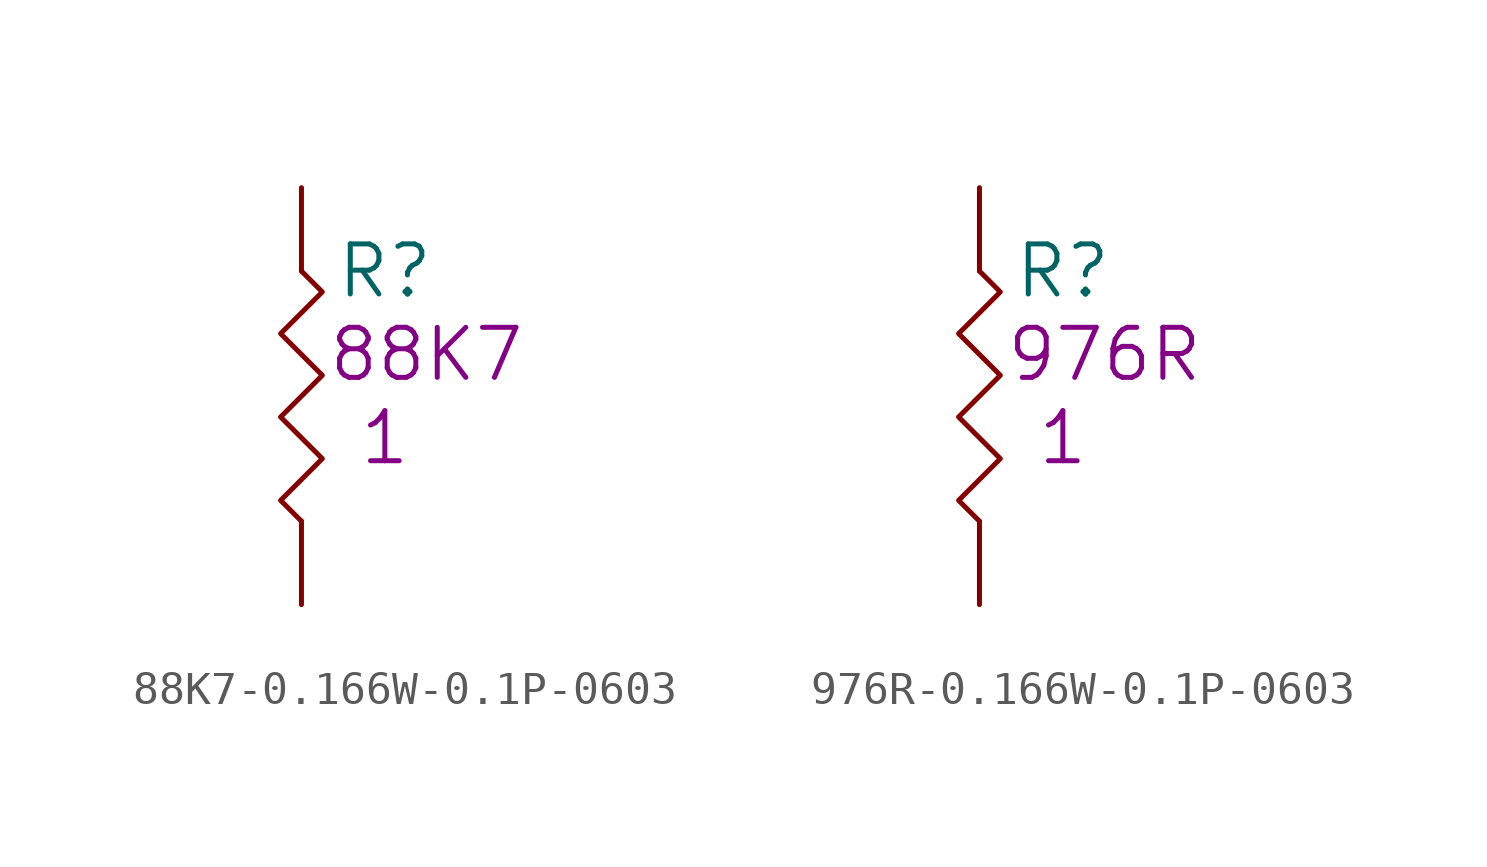
<source format=kicad_sym>
(kicad_symbol_lib
  (version 20201005)
  (generator kicad_symbol_editor)
  (symbol "S_Resistor_0603:88K7-0.166W-0.1P-0603"
    (pin_numbers hide)
    (pin_names
      (offset 1.27) hide)
    (property "Reference" "R"
      (at 2.54 -2.54 0)
      (effects (font (size 1.524 1.524))))
    (property "Datasheet" ""
      (at 0 0 0)
      (effects (font (size 1.524 1.524))))
    (property "Qty" "1"
      (at 2.54 -7.62 0)
      (effects (font (size 1.524 1.524))))
    (property "Desc1" "88K7"
      (at 3.81 -5.08 0)
      (effects (font (size 1.524 1.524))))
    (symbol "88K7-0.166W-0.1P-0603_0_1"
      (polyline (pts (xy 0 -2.54) (xy 0.635 -3.175) (xy -0.635 -4.445) (xy 0.635 -5.715) (xy -0.635 -6.985) (xy 0.635 -8.255) (xy -0.635 -9.525) (xy 0 -10.16)) (stroke (width 0)) (fill (type none))))
    (symbol "88K7-0.166W-0.1P-0603_1_1"
      (pin passive line (at 0 0 270) (length 2.54) (name "1" (effects (font (size 1.27 1.27)))) (number "1" (effects (font (size 1.27 1.27)))))
      (pin passive line (at 0 -12.7 90) (length 2.54) (name "2" (effects (font (size 1.27 1.27)))) (number "2" (effects (font (size 1.27 1.27)))))))
  (symbol "S_Resistor_0603:976R-0.166W-0.1P-0603"
    (pin_numbers hide)
    (pin_names
      (offset 1.27) hide)
    (property "Reference" "R"
      (at 2.54 -2.54 0)
      (effects (font (size 1.524 1.524))))
    (property "Datasheet" ""
      (at 0 0 0)
      (effects (font (size 1.524 1.524))))
    (property "Qty" "1"
      (at 2.54 -7.62 0)
      (effects (font (size 1.524 1.524))))
    (property "Desc1" "976R"
      (at 3.81 -5.08 0)
      (effects (font (size 1.524 1.524))))
    (symbol "976R-0.166W-0.1P-0603_0_1"
      (polyline (pts (xy 0 -2.54) (xy 0.635 -3.175) (xy -0.635 -4.445) (xy 0.635 -5.715) (xy -0.635 -6.985) (xy 0.635 -8.255) (xy -0.635 -9.525) (xy 0 -10.16)) (stroke (width 0)) (fill (type none))))
    (symbol "976R-0.166W-0.1P-0603_1_1"
      (pin passive line (at 0 0 270) (length 2.54) (name "1" (effects (font (size 1.27 1.27)))) (number "1" (effects (font (size 1.27 1.27)))))
      (pin passive line (at 0 -12.7 90) (length 2.54) (name "2" (effects (font (size 1.27 1.27)))) (number "2" (effects (font (size 1.27 1.27))))))))
</source>
